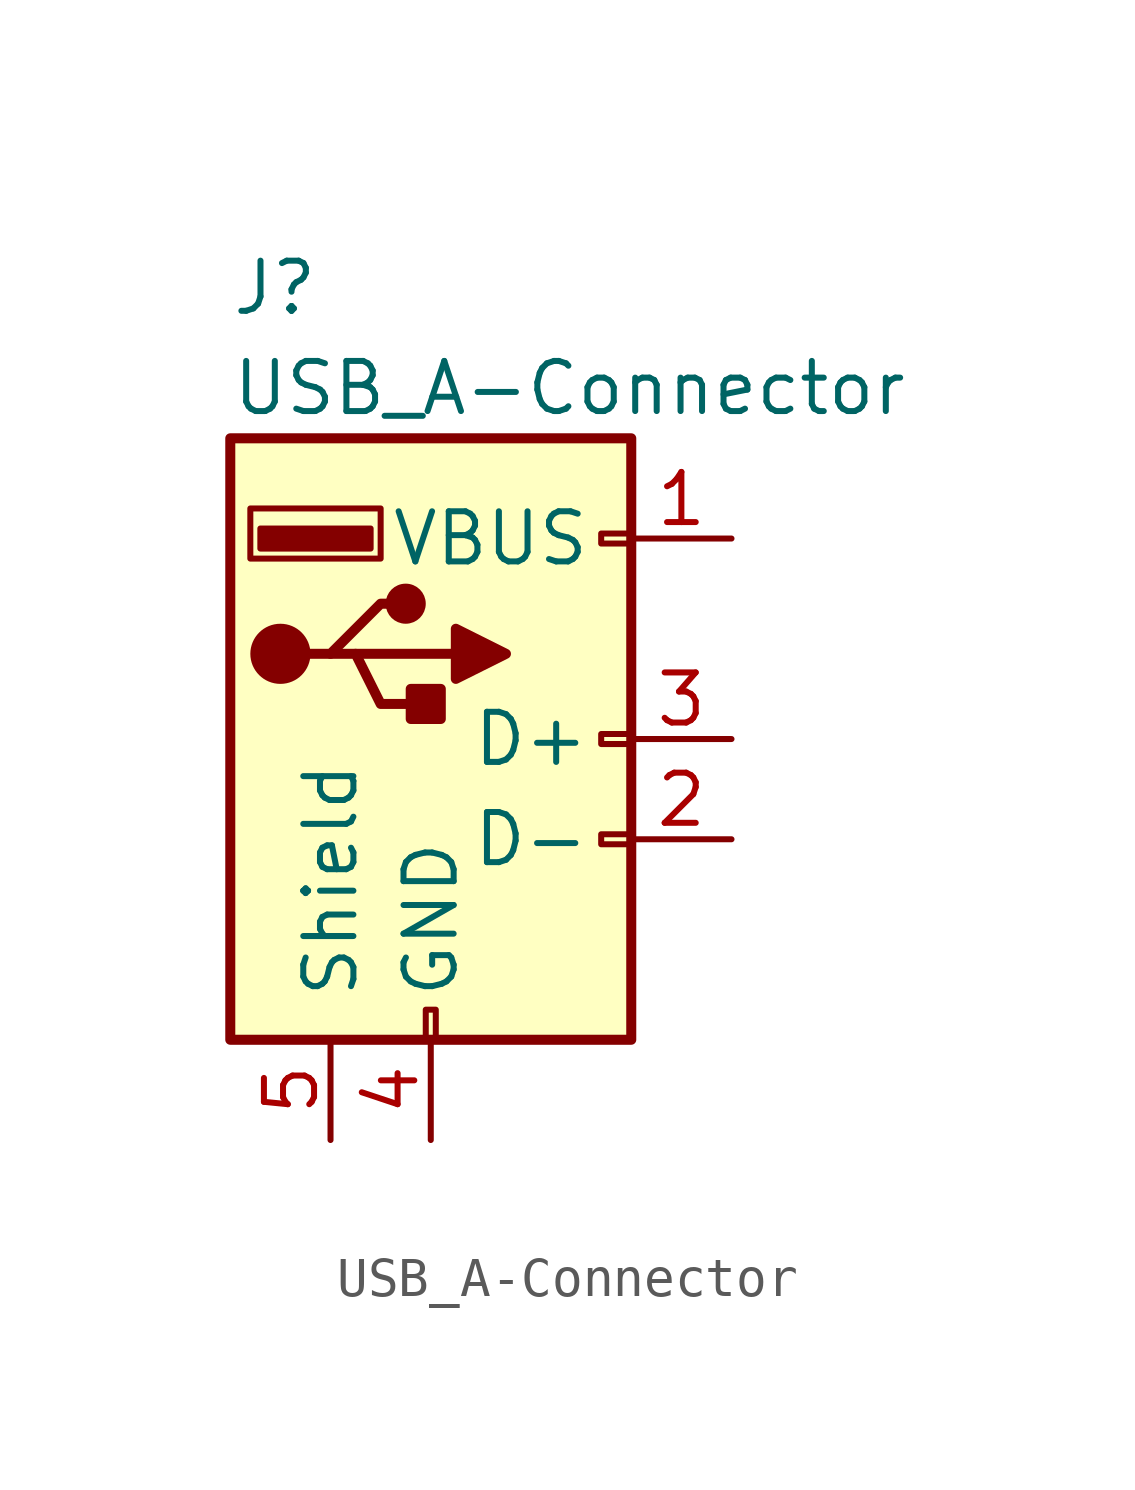
<source format=kicad_sym>
(kicad_symbol_lib
  (version 20231120)
  (generator "kicad_symbol_editor")
  (generator_version "8.0")
  (symbol "USB_A-Connector"
    (pin_names
      (offset 1.016))
    (property "Reference" "J"
      (at -5.08 11.43 0)
      (effects (font (size 1.27 1.27)) (justify left)))
    (property "Value" "USB_A-Connector"
      (at -5.08 8.89 0)
      (effects (font (size 1.27 1.27)) (justify left)))
    (symbol "USB_A-Connector_0_1"
      (rectangle (start -5.08 -7.62) (end 5.08 7.62) (stroke (width 0.254) (type solid)) (fill (type background)))
      (circle (center -3.81 2.159) (radius 0.635) (stroke (width 0.254) (type solid)) (fill (type outline)))
      (rectangle (start -1.524 4.826) (end -4.318 5.334) (stroke (width 0) (type solid)) (fill (type outline)))
      (rectangle (start -1.27 4.572) (end -4.572 5.842) (stroke (width 0) (type solid)) (fill (type none)))
      (circle (center -0.635 3.429) (radius 0.381) (stroke (width 0.254) (type solid)) (fill (type outline)))
      (rectangle (start -0.127 -7.62) (end 0.127 -6.858) (stroke (width 0) (type solid)) (fill (type none)))
      (polyline (pts (xy -3.175 2.159) (xy -2.54 2.159) (xy -1.27 3.429) (xy -0.635 3.429)) (stroke (width 0.254) (type solid)) (fill (type none)))
      (polyline (pts (xy -2.54 2.159) (xy -1.905 2.159) (xy -1.27 0.889) (xy 0 0.889)) (stroke (width 0.254) (type solid)) (fill (type none)))
      (polyline (pts (xy 0.635 2.794) (xy 0.635 1.524) (xy 1.905 2.159) (xy 0.635 2.794)) (stroke (width 0.254) (type solid)) (fill (type outline)))
      (rectangle (start 0.254 1.27) (end -0.508 0.508) (stroke (width 0.254) (type solid)) (fill (type outline)))
      (rectangle (start 5.08 -2.667) (end 4.318 -2.413) (stroke (width 0) (type solid)) (fill (type none)))
      (rectangle (start 5.08 -0.127) (end 4.318 0.127) (stroke (width 0) (type solid)) (fill (type none)))
      (rectangle (start 5.08 4.953) (end 4.318 5.207) (stroke (width 0) (type solid)) (fill (type none))))
    (symbol "USB_A-Connector_1_1"
      (polyline (pts (xy -1.905 2.159) (xy 0.635 2.159)) (stroke (width 0.254) (type solid)) (fill (type none)))
      (pin power_in line (at 7.62 5.08 180) (length 2.54) (name "VBUS" (effects (font (size 1.27 1.27)))) (number "1" (effects (font (size 1.27 1.27)))))
      (pin passive line (at 7.62 -2.54 180) (length 2.54) (name "D-" (effects (font (size 1.27 1.27)))) (number "2" (effects (font (size 1.27 1.27)))))
      (pin passive line (at 7.62 0 180) (length 2.54) (name "D+" (effects (font (size 1.27 1.27)))) (number "3" (effects (font (size 1.27 1.27)))))
      (pin power_in line (at 0 -10.16 90) (length 2.54) (name "GND" (effects (font (size 1.27 1.27)))) (number "4" (effects (font (size 1.27 1.27)))))
      (pin passive line (at -2.54 -10.16 90) (length 2.54) (name "Shield" (effects (font (size 1.27 1.27)))) (number "5" (effects (font (size 1.27 1.27))))))))
</source>
